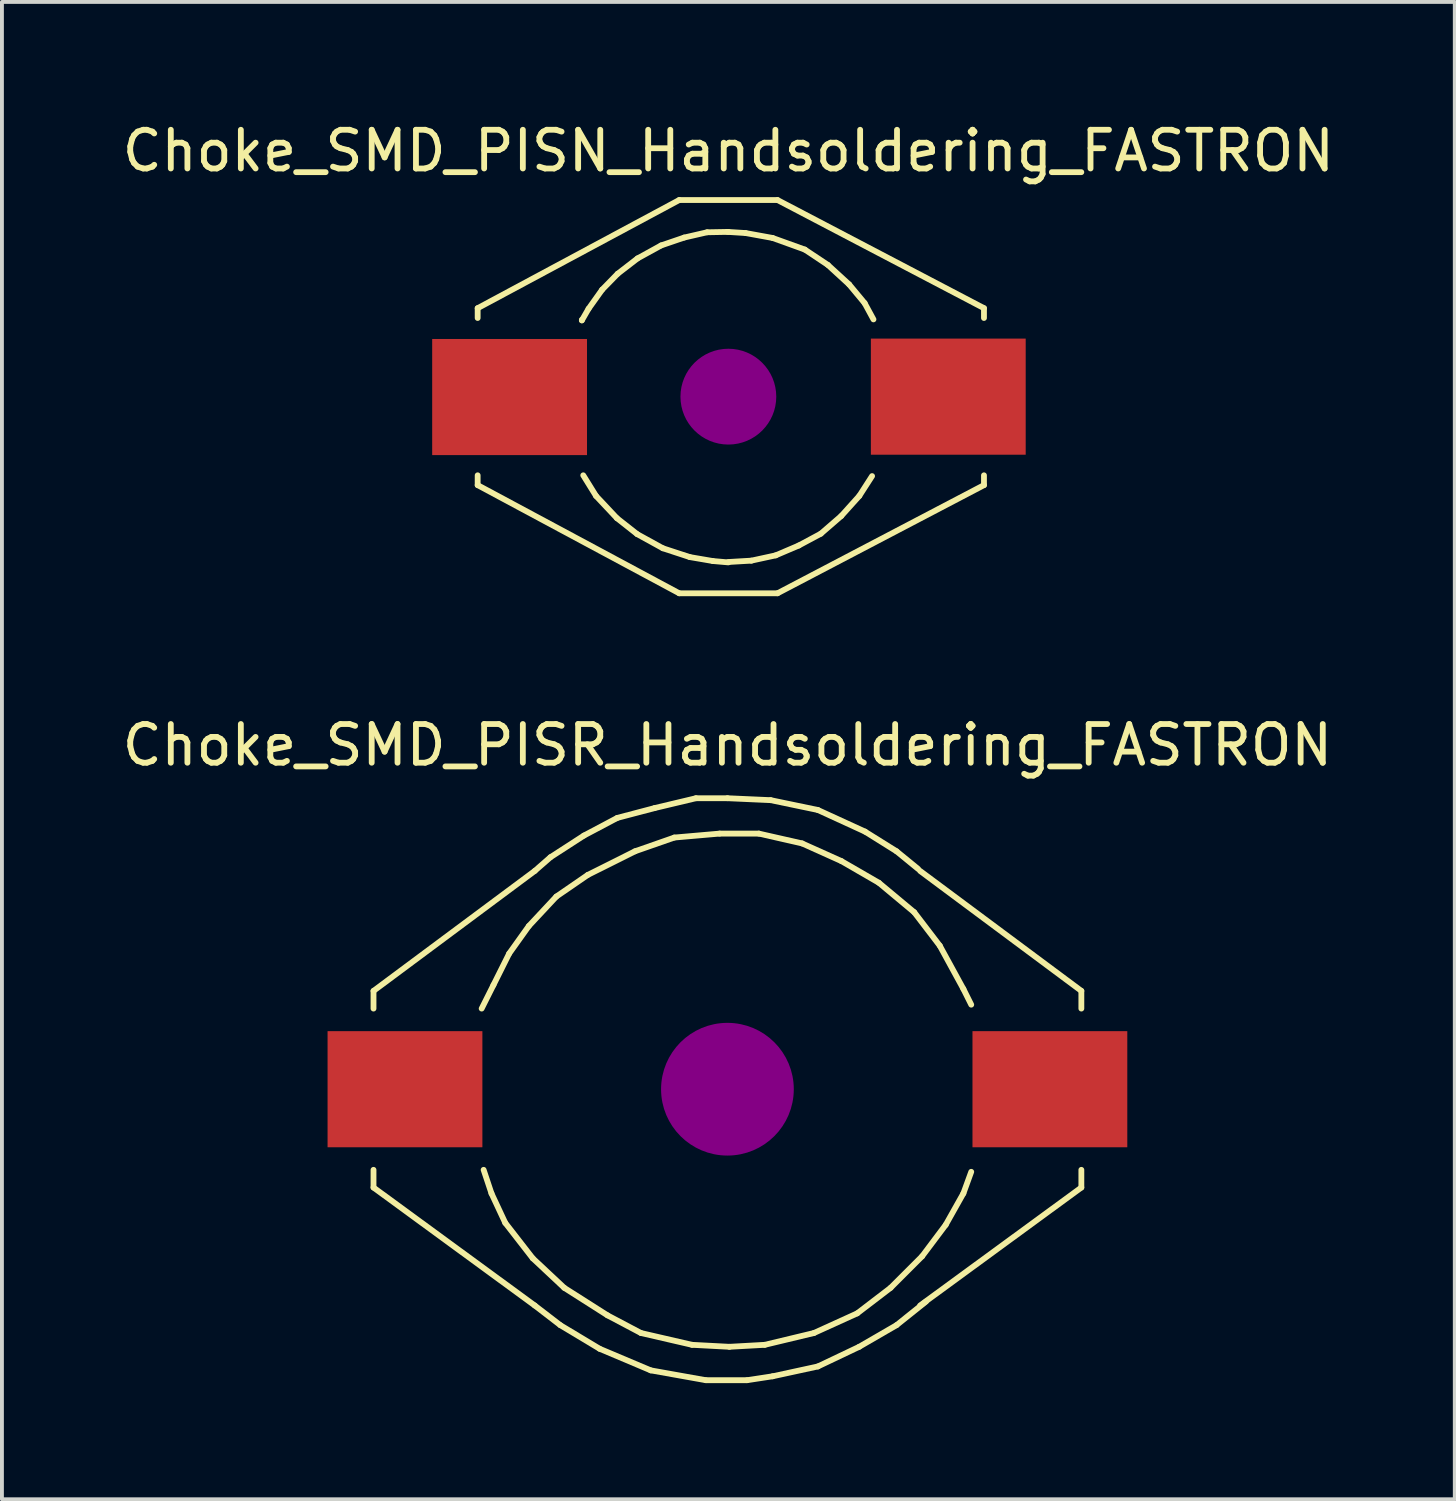
<source format=kicad_pcb>
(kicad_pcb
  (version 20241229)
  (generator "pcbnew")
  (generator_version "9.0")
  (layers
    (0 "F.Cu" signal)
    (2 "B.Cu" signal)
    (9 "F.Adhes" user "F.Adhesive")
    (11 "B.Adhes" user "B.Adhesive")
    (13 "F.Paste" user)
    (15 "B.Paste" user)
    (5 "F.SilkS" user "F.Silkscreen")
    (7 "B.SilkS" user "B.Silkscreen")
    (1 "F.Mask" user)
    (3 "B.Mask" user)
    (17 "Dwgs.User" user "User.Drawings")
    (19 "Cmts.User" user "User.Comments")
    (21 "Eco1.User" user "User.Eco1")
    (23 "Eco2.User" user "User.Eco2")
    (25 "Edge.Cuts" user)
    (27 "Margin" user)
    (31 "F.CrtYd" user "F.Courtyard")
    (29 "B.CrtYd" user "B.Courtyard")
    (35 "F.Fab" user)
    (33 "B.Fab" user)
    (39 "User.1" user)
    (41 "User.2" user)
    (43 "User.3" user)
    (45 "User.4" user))
  (footprint "Choke_SMD_PISN_Handsoldering_FASTRON"
    (layer "F.Cu")
    (at 15.768 7.198)
    (property "Reference" "Choke_SMD_PISN_Handsoldering_FASTRON" (at 0 -6.35 0) (layer "F.SilkS") (effects (font (size 1 1) (thickness 0.15))))
    (attr smd)
    (fp_line (start -6.477 -2.286) (end -6.477 -2.032) (stroke (width 0.15) (type solid)) (layer "F.SilkS"))
    (fp_line (start -6.477 2.286) (end -6.477 2.032) (stroke (width 0.15) (type solid)) (layer "F.SilkS"))
    (fp_line (start -3.785 -1.971) (end -3.785 -1.986) (stroke (width 0.15) (type solid)) (layer "F.SilkS"))
    (fp_line (start -3.612 -2.271) (end -3.785 -1.971) (stroke (width 0.15) (type solid)) (layer "F.SilkS"))
    (fp_line (start -3.419 2.565) (end -3.749 2.032) (stroke (width 0.15) (type solid)) (layer "F.SilkS"))
    (fp_line (start -3.261 -2.764) (end -3.612 -2.271) (stroke (width 0.15) (type solid)) (layer "F.SilkS"))
    (fp_line (start -2.88 3.139) (end -3.419 2.565) (stroke (width 0.15) (type solid)) (layer "F.SilkS"))
    (fp_line (start -2.86 -3.175) (end -3.261 -2.764) (stroke (width 0.15) (type solid)) (layer "F.SilkS"))
    (fp_line (start -2.357 3.551) (end -2.88 3.139) (stroke (width 0.15) (type solid)) (layer "F.SilkS"))
    (fp_line (start -2.347 -3.571) (end -2.86 -3.175) (stroke (width 0.15) (type solid)) (layer "F.SilkS"))
    (fp_line (start -1.737 -3.907) (end -2.347 -3.571) (stroke (width 0.15) (type solid)) (layer "F.SilkS"))
    (fp_line (start -1.692 3.917) (end -2.357 3.551) (stroke (width 0.15) (type solid)) (layer "F.SilkS"))
    (fp_line (start -1.27 -5.08) (end -6.477 -2.286) (stroke (width 0.15) (type solid)) (layer "F.SilkS"))
    (fp_line (start -1.27 -5.08) (end 1.27 -5.08) (stroke (width 0.15) (type solid)) (layer "F.SilkS"))
    (fp_line (start -1.27 5.08) (end -6.477 2.286) (stroke (width 0.15) (type solid)) (layer "F.SilkS"))
    (fp_line (start -1.27 5.08) (end 1.27 5.08) (stroke (width 0.15) (type solid)) (layer "F.SilkS"))
    (fp_line (start -1.143 -4.11) (end -1.737 -3.907) (stroke (width 0.15) (type solid)) (layer "F.SilkS"))
    (fp_line (start -0.996 4.145) (end -1.692 3.917) (stroke (width 0.15) (type solid)) (layer "F.SilkS"))
    (fp_line (start -0.549 -4.247) (end -1.143 -4.11) (stroke (width 0.15) (type solid)) (layer "F.SilkS"))
    (fp_line (start -0.401 4.247) (end -0.996 4.145) (stroke (width 0.15) (type solid)) (layer "F.SilkS"))
    (fp_line (start -0.025 -4.257) (end 0.447 -4.227) (stroke (width 0.15) (type solid)) (layer "F.SilkS"))
    (fp_line (start 0 -4.257) (end -0.549 -4.247) (stroke (width 0.15) (type solid)) (layer "F.SilkS"))
    (fp_line (start 0 4.272) (end 0.594 4.237) (stroke (width 0.15) (type solid)) (layer "F.SilkS"))
    (fp_line (start 0 4.282) (end -0.401 4.247) (stroke (width 0.15) (type solid)) (layer "F.SilkS"))
    (fp_line (start 0.447 -4.227) (end 1.143 -4.1) (stroke (width 0.15) (type solid)) (layer "F.SilkS"))
    (fp_line (start 0.594 4.237) (end 1.224 4.1) (stroke (width 0.15) (type solid)) (layer "F.SilkS"))
    (fp_line (start 1.143 -4.1) (end 1.976 -3.8) (stroke (width 0.15) (type solid)) (layer "F.SilkS"))
    (fp_line (start 1.224 4.1) (end 1.819 3.846) (stroke (width 0.15) (type solid)) (layer "F.SilkS"))
    (fp_line (start 1.27 -5.08) (end 6.604 -2.286) (stroke (width 0.15) (type solid)) (layer "F.SilkS"))
    (fp_line (start 1.27 5.08) (end 6.604 2.286) (stroke (width 0.15) (type solid)) (layer "F.SilkS"))
    (fp_line (start 1.819 3.846) (end 2.388 3.541) (stroke (width 0.15) (type solid)) (layer "F.SilkS"))
    (fp_line (start 1.976 -3.8) (end 2.57 -3.404) (stroke (width 0.15) (type solid)) (layer "F.SilkS"))
    (fp_line (start 2.388 3.541) (end 2.916 3.084) (stroke (width 0.15) (type solid)) (layer "F.SilkS"))
    (fp_line (start 2.57 -3.404) (end 3.119 -2.901) (stroke (width 0.15) (type solid)) (layer "F.SilkS"))
    (fp_line (start 2.916 3.084) (end 3.383 2.565) (stroke (width 0.15) (type solid)) (layer "F.SilkS"))
    (fp_line (start 3.119 -2.901) (end 3.52 -2.418) (stroke (width 0.15) (type solid)) (layer "F.SilkS"))
    (fp_line (start 3.383 2.565) (end 3.713 2.052) (stroke (width 0.15) (type solid)) (layer "F.SilkS"))
    (fp_line (start 3.52 -2.418) (end 3.749 -1.996) (stroke (width 0.15) (type solid)) (layer "F.SilkS"))
    (fp_line (start 6.604 -2.286) (end 6.604 -2.032) (stroke (width 0.15) (type solid)) (layer "F.SilkS"))
    (fp_line (start 6.604 2.286) (end 6.604 2.032) (stroke (width 0.15) (type solid)) (layer "F.SilkS"))
    (fp_line (start 0 -0.254) (end 0 0.254) (stroke (width 0.381) (type solid)) (layer "F.Adhes"))
    (fp_circle (center 0 0) (end 0 0.508) (stroke (width 0.381) (type solid)) (fill no) (layer "F.Adhes"))
    (fp_circle (center 0 0) (end 0.254 0) (stroke (width 0.381) (type solid)) (fill no) (layer "F.Adhes"))
    (fp_circle (center 0 0) (end 0.254 0.762) (stroke (width 0.381) (type solid)) (fill no) (layer "F.Adhes"))
    (fp_circle (center 0 0) (end 0.254 1.016) (stroke (width 0.381) (type solid)) (fill no) (layer "F.Adhes"))
    (pad "1" smd rect (at 5.682 0) (size 4 3) (layers "F.Cu" "F.Mask" "F.Paste"))
    (pad "2" smd rect (at -5.652 0.01) (size 4 3) (layers "F.Cu" "F.Mask" "F.Paste")))
  (footprint "Choke_SMD_PISR_Handsoldering_FASTRON"
    (layer "F.Cu")
    (at 15.744 25.091)
    (property "Reference" "Choke_SMD_PISR_Handsoldering_FASTRON" (at 0 -8.89 0) (layer "F.SilkS") (effects (font (size 1 1) (thickness 0.15))))
    (attr smd)
    (fp_line (start -9.144 -2.54) (end -4.978 -5.639) (stroke (width 0.15) (type solid)) (layer "F.SilkS"))
    (fp_line (start -9.144 -2.083) (end -9.144 -2.54) (stroke (width 0.15) (type solid)) (layer "F.SilkS"))
    (fp_line (start -9.144 2.083) (end -9.144 2.54) (stroke (width 0.15) (type solid)) (layer "F.SilkS"))
    (fp_line (start -9.144 2.54) (end -4.978 5.588) (stroke (width 0.15) (type solid)) (layer "F.SilkS"))
    (fp_line (start -6.35 -2.083) (end -6.045 -2.692) (stroke (width 0.15) (type solid)) (layer "F.SilkS"))
    (fp_line (start -6.299 2.083) (end -6.096 2.692) (stroke (width 0.15) (type solid)) (layer "F.SilkS"))
    (fp_line (start -6.096 2.692) (end -5.74 3.454) (stroke (width 0.15) (type solid)) (layer "F.SilkS"))
    (fp_line (start -6.045 -2.692) (end -5.639 -3.505) (stroke (width 0.15) (type solid)) (layer "F.SilkS"))
    (fp_line (start -5.74 3.454) (end -5.029 4.369) (stroke (width 0.15) (type solid)) (layer "F.SilkS"))
    (fp_line (start -5.639 -3.505) (end -5.131 -4.216) (stroke (width 0.15) (type solid)) (layer "F.SilkS"))
    (fp_line (start -5.131 -4.216) (end -4.42 -4.978) (stroke (width 0.15) (type solid)) (layer "F.SilkS"))
    (fp_line (start -5.029 4.369) (end -4.216 5.131) (stroke (width 0.15) (type solid)) (layer "F.SilkS"))
    (fp_line (start -4.978 -5.639) (end -4.572 -5.994) (stroke (width 0.15) (type solid)) (layer "F.SilkS"))
    (fp_line (start -4.978 5.588) (end -4.318 6.096) (stroke (width 0.15) (type solid)) (layer "F.SilkS"))
    (fp_line (start -4.572 -5.994) (end -3.708 -6.553) (stroke (width 0.15) (type solid)) (layer "F.SilkS"))
    (fp_line (start -4.42 -4.978) (end -3.607 -5.537) (stroke (width 0.15) (type solid)) (layer "F.SilkS"))
    (fp_line (start -4.318 6.096) (end -3.302 6.706) (stroke (width 0.15) (type solid)) (layer "F.SilkS"))
    (fp_line (start -4.216 5.131) (end -3.099 5.842) (stroke (width 0.15) (type solid)) (layer "F.SilkS"))
    (fp_line (start -3.708 -6.553) (end -2.845 -7.01) (stroke (width 0.15) (type solid)) (layer "F.SilkS"))
    (fp_line (start -3.607 -5.537) (end -2.388 -6.147) (stroke (width 0.15) (type solid)) (layer "F.SilkS"))
    (fp_line (start -3.302 6.706) (end -1.981 7.264) (stroke (width 0.15) (type solid)) (layer "F.SilkS"))
    (fp_line (start -3.099 5.842) (end -2.235 6.299) (stroke (width 0.15) (type solid)) (layer "F.SilkS"))
    (fp_line (start -2.845 -7.01) (end -1.88 -7.264) (stroke (width 0.15) (type solid)) (layer "F.SilkS"))
    (fp_line (start -2.388 -6.147) (end -1.372 -6.502) (stroke (width 0.15) (type solid)) (layer "F.SilkS"))
    (fp_line (start -2.235 6.299) (end -0.914 6.604) (stroke (width 0.15) (type solid)) (layer "F.SilkS"))
    (fp_line (start -1.981 7.264) (end -0.559 7.518) (stroke (width 0.15) (type solid)) (layer "F.SilkS"))
    (fp_line (start -1.88 -7.264) (end -0.813 -7.518) (stroke (width 0.15) (type solid)) (layer "F.SilkS"))
    (fp_line (start -1.372 -6.502) (end -0.203 -6.604) (stroke (width 0.15) (type solid)) (layer "F.SilkS"))
    (fp_line (start -0.914 6.604) (end 0.051 6.655) (stroke (width 0.15) (type solid)) (layer "F.SilkS"))
    (fp_line (start -0.813 -7.518) (end 0 -7.518) (stroke (width 0.15) (type solid)) (layer "F.SilkS"))
    (fp_line (start -0.559 7.518) (end 0.508 7.518) (stroke (width 0.15) (type solid)) (layer "F.SilkS"))
    (fp_line (start -0.203 -6.604) (end 0.813 -6.604) (stroke (width 0.15) (type solid)) (layer "F.SilkS"))
    (fp_line (start 0 -7.518) (end 1.118 -7.468) (stroke (width 0.15) (type solid)) (layer "F.SilkS"))
    (fp_line (start 0.051 6.655) (end 0.965 6.604) (stroke (width 0.15) (type solid)) (layer "F.SilkS"))
    (fp_line (start 0.508 7.518) (end 1.168 7.417) (stroke (width 0.15) (type solid)) (layer "F.SilkS"))
    (fp_line (start 0.813 -6.604) (end 1.93 -6.35) (stroke (width 0.15) (type solid)) (layer "F.SilkS"))
    (fp_line (start 0.965 6.604) (end 2.235 6.299) (stroke (width 0.15) (type solid)) (layer "F.SilkS"))
    (fp_line (start 1.118 -7.468) (end 2.337 -7.214) (stroke (width 0.15) (type solid)) (layer "F.SilkS"))
    (fp_line (start 1.168 7.417) (end 2.337 7.163) (stroke (width 0.15) (type solid)) (layer "F.SilkS"))
    (fp_line (start 1.93 -6.35) (end 2.946 -5.893) (stroke (width 0.15) (type solid)) (layer "F.SilkS"))
    (fp_line (start 2.235 6.299) (end 3.353 5.791) (stroke (width 0.15) (type solid)) (layer "F.SilkS"))
    (fp_line (start 2.337 -7.214) (end 3.556 -6.655) (stroke (width 0.15) (type solid)) (layer "F.SilkS"))
    (fp_line (start 2.337 7.163) (end 3.404 6.655) (stroke (width 0.15) (type solid)) (layer "F.SilkS"))
    (fp_line (start 2.946 -5.893) (end 3.912 -5.334) (stroke (width 0.15) (type solid)) (layer "F.SilkS"))
    (fp_line (start 3.353 5.791) (end 4.216 5.131) (stroke (width 0.15) (type solid)) (layer "F.SilkS"))
    (fp_line (start 3.404 6.655) (end 4.369 6.096) (stroke (width 0.15) (type solid)) (layer "F.SilkS"))
    (fp_line (start 3.556 -6.655) (end 4.369 -6.147) (stroke (width 0.15) (type solid)) (layer "F.SilkS"))
    (fp_line (start 3.912 -5.334) (end 4.826 -4.572) (stroke (width 0.15) (type solid)) (layer "F.SilkS"))
    (fp_line (start 4.216 5.131) (end 5.029 4.318) (stroke (width 0.15) (type solid)) (layer "F.SilkS"))
    (fp_line (start 4.369 -6.147) (end 4.928 -5.69) (stroke (width 0.15) (type solid)) (layer "F.SilkS"))
    (fp_line (start 4.369 6.096) (end 5.131 5.486) (stroke (width 0.15) (type solid)) (layer "F.SilkS"))
    (fp_line (start 4.826 -4.572) (end 5.486 -3.708) (stroke (width 0.15) (type solid)) (layer "F.SilkS"))
    (fp_line (start 5.029 4.318) (end 5.639 3.505) (stroke (width 0.15) (type solid)) (layer "F.SilkS"))
    (fp_line (start 5.486 -3.708) (end 6.096 -2.591) (stroke (width 0.15) (type solid)) (layer "F.SilkS"))
    (fp_line (start 5.639 3.505) (end 6.096 2.692) (stroke (width 0.15) (type solid)) (layer "F.SilkS"))
    (fp_line (start 6.096 -2.591) (end 6.299 -2.184) (stroke (width 0.15) (type solid)) (layer "F.SilkS"))
    (fp_line (start 6.096 2.692) (end 6.299 2.134) (stroke (width 0.15) (type solid)) (layer "F.SilkS"))
    (fp_line (start 9.144 -2.54) (end 4.978 -5.639) (stroke (width 0.15) (type solid)) (layer "F.SilkS"))
    (fp_line (start 9.144 -2.083) (end 9.144 -2.54) (stroke (width 0.15) (type solid)) (layer "F.SilkS"))
    (fp_line (start 9.144 2.083) (end 9.144 2.54) (stroke (width 0.15) (type solid)) (layer "F.SilkS"))
    (fp_line (start 9.144 2.54) (end 4.978 5.588) (stroke (width 0.15) (type solid)) (layer "F.SilkS"))
    (fp_line (start 0 -0.254) (end 0 0.254) (stroke (width 0.381) (type solid)) (layer "F.Adhes"))
    (fp_circle (center 0 0) (end 0 0.254) (stroke (width 0.381) (type solid)) (fill no) (layer "F.Adhes"))
    (fp_circle (center 0 0) (end 0 0.508) (stroke (width 0.381) (type solid)) (fill no) (layer "F.Adhes"))
    (fp_circle (center 0 0) (end 0 0.762) (stroke (width 0.381) (type solid)) (fill no) (layer "F.Adhes"))
    (fp_circle (center 0 0) (end 0 1.016) (stroke (width 0.381) (type solid)) (fill no) (layer "F.Adhes"))
    (fp_circle (center 0 0) (end 0 1.27) (stroke (width 0.381) (type solid)) (fill no) (layer "F.Adhes"))
    (fp_circle (center 0 0) (end 0 1.524) (stroke (width 0.381) (type solid)) (fill no) (layer "F.Adhes"))
    (pad "1" smd rect (at 8.331 0) (size 4 3) (layers "F.Cu" "F.Mask" "F.Paste"))
    (pad "2" smd rect (at -8.331 0) (size 4 3) (layers "F.Cu" "F.Mask" "F.Paste")))
  (gr_rect
    (start -3 -3)
    (end 34.536 35.685)
    (stroke (width 0.1) (type default))
    (fill no)
    (layer "Edge.Cuts")))
</source>
